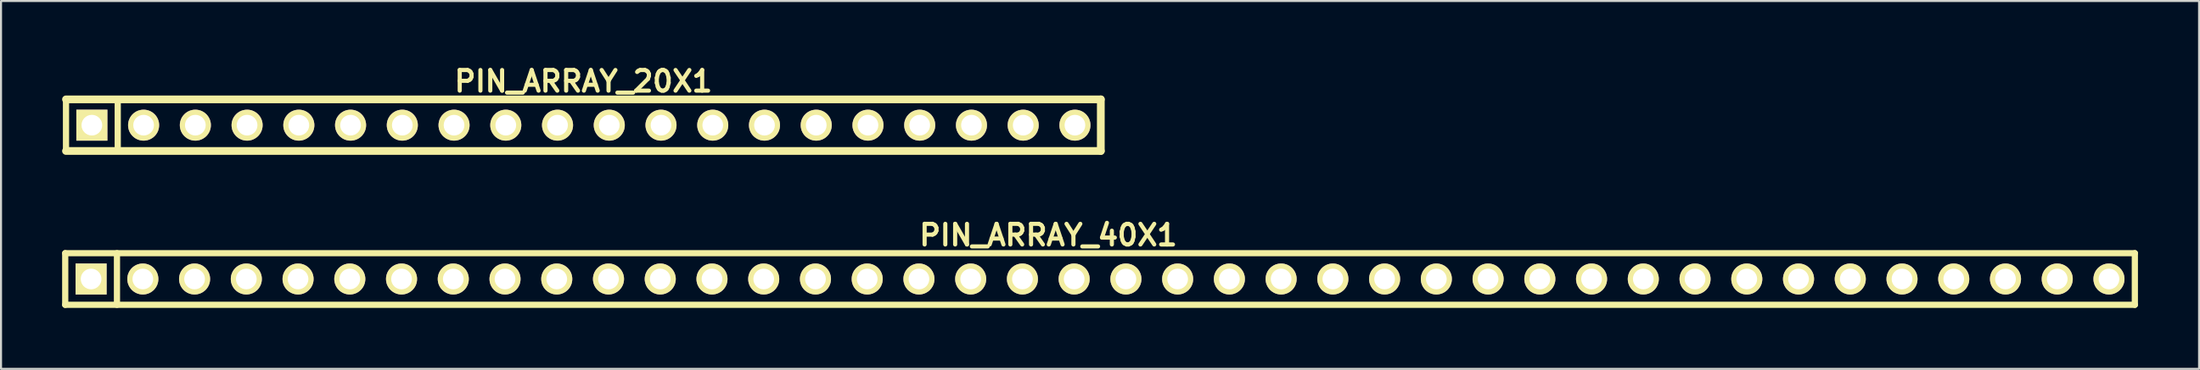
<source format=kicad_pcb>
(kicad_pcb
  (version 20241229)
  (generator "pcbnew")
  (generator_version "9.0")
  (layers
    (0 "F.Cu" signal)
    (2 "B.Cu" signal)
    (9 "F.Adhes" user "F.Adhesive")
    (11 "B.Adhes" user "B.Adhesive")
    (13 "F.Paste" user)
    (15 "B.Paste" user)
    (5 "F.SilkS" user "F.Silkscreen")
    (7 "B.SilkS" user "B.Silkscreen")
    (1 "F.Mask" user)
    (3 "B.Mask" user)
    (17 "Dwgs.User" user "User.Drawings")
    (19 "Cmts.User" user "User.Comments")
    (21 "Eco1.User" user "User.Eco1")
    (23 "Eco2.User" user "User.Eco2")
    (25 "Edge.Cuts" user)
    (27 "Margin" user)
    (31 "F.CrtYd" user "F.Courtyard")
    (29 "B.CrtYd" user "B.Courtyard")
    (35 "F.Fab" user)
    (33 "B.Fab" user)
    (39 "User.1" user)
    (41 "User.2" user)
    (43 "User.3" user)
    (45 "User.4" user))
  (footprint "PIN_ARRAY_20X1"
    (layer "F.Cu")
    (at 25.59 3.11)
    (property "Reference" "PIN_ARRAY_20X1" (at 0 -2.159 0) (layer "F.SilkS") (effects (font (size 1.016 1.016) (thickness 0.203))))
    (attr through_hole)
    (fp_line (start -25.4 -1.27) (end 25.4 -1.27) (stroke (width 0.381) (type solid)) (layer "F.SilkS"))
    (fp_line (start -25.4 1.27) (end -25.4 -1.27) (stroke (width 0.305) (type solid)) (layer "F.SilkS"))
    (fp_line (start -22.86 1.27) (end -22.86 -1.27) (stroke (width 0.305) (type solid)) (layer "F.SilkS"))
    (fp_line (start 25.4 -1.27) (end 25.4 1.27) (stroke (width 0.381) (type solid)) (layer "F.SilkS"))
    (fp_line (start 25.4 1.27) (end -25.4 1.27) (stroke (width 0.381) (type solid)) (layer "F.SilkS"))
    (pad "1" thru_hole rect (at -24.13 0) (size 1.524 1.524) (drill 1.016) (layers "*.Cu" "*.Mask" "F.SilkS"))
    (pad "2" thru_hole circle (at -21.59 0) (size 1.524 1.524) (drill 1.016) (layers "*.Cu" "*.Mask" "F.SilkS"))
    (pad "3" thru_hole circle (at -19.05 0) (size 1.524 1.524) (drill 1.016) (layers "*.Cu" "*.Mask" "F.SilkS"))
    (pad "4" thru_hole circle (at -16.51 0) (size 1.524 1.524) (drill 1.016) (layers "*.Cu" "*.Mask" "F.SilkS"))
    (pad "5" thru_hole circle (at -13.97 0) (size 1.524 1.524) (drill 1.016) (layers "*.Cu" "*.Mask" "F.SilkS"))
    (pad "6" thru_hole circle (at -11.43 0) (size 1.524 1.524) (drill 1.016) (layers "*.Cu" "*.Mask" "F.SilkS"))
    (pad "7" thru_hole circle (at -8.89 0) (size 1.524 1.524) (drill 1.016) (layers "*.Cu" "*.Mask" "F.SilkS"))
    (pad "8" thru_hole circle (at -6.35 0) (size 1.524 1.524) (drill 1.016) (layers "*.Cu" "*.Mask" "F.SilkS"))
    (pad "9" thru_hole circle (at -3.81 0) (size 1.524 1.524) (drill 1.016) (layers "*.Cu" "*.Mask" "F.SilkS"))
    (pad "10" thru_hole circle (at -1.27 0) (size 1.524 1.524) (drill 1.016) (layers "*.Cu" "*.Mask" "F.SilkS"))
    (pad "11" thru_hole circle (at 1.27 0) (size 1.524 1.524) (drill 1.016) (layers "*.Cu" "*.Mask" "F.SilkS"))
    (pad "12" thru_hole circle (at 3.81 0) (size 1.524 1.524) (drill 1.016) (layers "*.Cu" "*.Mask" "F.SilkS"))
    (pad "13" thru_hole circle (at 6.35 0) (size 1.524 1.524) (drill 1.016) (layers "*.Cu" "*.Mask" "F.SilkS"))
    (pad "14" thru_hole circle (at 8.89 0) (size 1.524 1.524) (drill 1.016) (layers "*.Cu" "*.Mask" "F.SilkS"))
    (pad "15" thru_hole circle (at 11.43 0) (size 1.524 1.524) (drill 1.016) (layers "*.Cu" "*.Mask" "F.SilkS"))
    (pad "16" thru_hole circle (at 13.97 0) (size 1.524 1.524) (drill 1.016) (layers "*.Cu" "*.Mask" "F.SilkS"))
    (pad "17" thru_hole circle (at 16.51 0) (size 1.524 1.524) (drill 1.016) (layers "*.Cu" "*.Mask" "F.SilkS"))
    (pad "18" thru_hole circle (at 19.05 0) (size 1.524 1.524) (drill 1.016) (layers "*.Cu" "*.Mask" "F.SilkS"))
    (pad "19" thru_hole circle (at 21.59 0) (size 1.524 1.524) (drill 1.016) (layers "*.Cu" "*.Mask" "F.SilkS"))
    (pad "20" thru_hole circle (at 24.13 0) (size 1.524 1.524) (drill 1.016) (layers "*.Cu" "*.Mask" "F.SilkS")))
  (footprint "PIN_ARRAY_40X1"
    (layer "F.Cu")
    (at 48.412 10.68)
    (property "Reference" "PIN_ARRAY_40X1" (at 0 -2.159 0) (layer "F.SilkS") (effects (font (size 1.016 1.016) (thickness 0.203))))
    (attr through_hole)
    (fp_line (start -48.26 -1.27) (end 53.34 -1.27) (stroke (width 0.305) (type solid)) (layer "F.SilkS"))
    (fp_line (start -48.26 1.27) (end -48.26 -1.27) (stroke (width 0.305) (type solid)) (layer "F.SilkS"))
    (fp_line (start -45.72 1.27) (end -45.72 -1.27) (stroke (width 0.305) (type solid)) (layer "F.SilkS"))
    (fp_line (start 53.34 1.27) (end -48.26 1.27) (stroke (width 0.305) (type solid)) (layer "F.SilkS"))
    (fp_line (start 53.34 1.27) (end 53.34 -1.27) (stroke (width 0.305) (type solid)) (layer "F.SilkS"))
    (pad "1" thru_hole rect (at -46.99 0) (size 1.524 1.524) (drill 1.016) (layers "*.Cu" "*.Mask" "F.SilkS"))
    (pad "2" thru_hole circle (at -44.45 0) (size 1.524 1.524) (drill 1.016) (layers "*.Cu" "*.Mask" "F.SilkS"))
    (pad "3" thru_hole circle (at -41.91 0) (size 1.524 1.524) (drill 1.016) (layers "*.Cu" "*.Mask" "F.SilkS"))
    (pad "4" thru_hole circle (at -39.37 0) (size 1.524 1.524) (drill 1.016) (layers "*.Cu" "*.Mask" "F.SilkS"))
    (pad "5" thru_hole circle (at -36.83 0) (size 1.524 1.524) (drill 1.016) (layers "*.Cu" "*.Mask" "F.SilkS"))
    (pad "6" thru_hole circle (at -34.29 0) (size 1.524 1.524) (drill 1.016) (layers "*.Cu" "*.Mask" "F.SilkS"))
    (pad "7" thru_hole circle (at -31.75 0) (size 1.524 1.524) (drill 1.016) (layers "*.Cu" "*.Mask" "F.SilkS"))
    (pad "8" thru_hole circle (at -29.21 0) (size 1.524 1.524) (drill 1.016) (layers "*.Cu" "*.Mask" "F.SilkS"))
    (pad "9" thru_hole circle (at -26.67 0) (size 1.524 1.524) (drill 1.016) (layers "*.Cu" "*.Mask" "F.SilkS"))
    (pad "10" thru_hole circle (at -24.13 0) (size 1.524 1.524) (drill 1.016) (layers "*.Cu" "*.Mask" "F.SilkS"))
    (pad "11" thru_hole circle (at -21.59 0) (size 1.524 1.524) (drill 1.016) (layers "*.Cu" "*.Mask" "F.SilkS"))
    (pad "12" thru_hole circle (at -19.05 0) (size 1.524 1.524) (drill 1.016) (layers "*.Cu" "*.Mask" "F.SilkS"))
    (pad "13" thru_hole circle (at -16.51 0) (size 1.524 1.524) (drill 1.016) (layers "*.Cu" "*.Mask" "F.SilkS"))
    (pad "14" thru_hole circle (at -13.97 0) (size 1.524 1.524) (drill 1.016) (layers "*.Cu" "*.Mask" "F.SilkS"))
    (pad "15" thru_hole circle (at -11.43 0) (size 1.524 1.524) (drill 1.016) (layers "*.Cu" "*.Mask" "F.SilkS"))
    (pad "16" thru_hole circle (at -8.89 0) (size 1.524 1.524) (drill 1.016) (layers "*.Cu" "*.Mask" "F.SilkS"))
    (pad "17" thru_hole circle (at -6.35 0) (size 1.524 1.524) (drill 1.016) (layers "*.Cu" "*.Mask" "F.SilkS"))
    (pad "18" thru_hole circle (at -3.81 0) (size 1.524 1.524) (drill 1.016) (layers "*.Cu" "*.Mask" "F.SilkS"))
    (pad "19" thru_hole circle (at -1.27 0) (size 1.524 1.524) (drill 1.016) (layers "*.Cu" "*.Mask" "F.SilkS"))
    (pad "20" thru_hole circle (at 1.27 0) (size 1.524 1.524) (drill 1.016) (layers "*.Cu" "*.Mask" "F.SilkS"))
    (pad "21" thru_hole circle (at 3.81 0) (size 1.524 1.524) (drill 1.016) (layers "*.Cu" "*.Mask" "F.SilkS"))
    (pad "22" thru_hole circle (at 6.35 0) (size 1.524 1.524) (drill 1.016) (layers "*.Cu" "*.Mask" "F.SilkS"))
    (pad "23" thru_hole circle (at 8.89 0) (size 1.524 1.524) (drill 1.016) (layers "*.Cu" "*.Mask" "F.SilkS"))
    (pad "24" thru_hole circle (at 11.43 0) (size 1.524 1.524) (drill 1.016) (layers "*.Cu" "*.Mask" "F.SilkS"))
    (pad "25" thru_hole circle (at 13.97 0) (size 1.524 1.524) (drill 1.016) (layers "*.Cu" "*.Mask" "F.SilkS"))
    (pad "26" thru_hole circle (at 16.51 0) (size 1.524 1.524) (drill 1.016) (layers "*.Cu" "*.Mask" "F.SilkS"))
    (pad "27" thru_hole circle (at 19.05 0) (size 1.524 1.524) (drill 1.016) (layers "*.Cu" "*.Mask" "F.SilkS"))
    (pad "28" thru_hole circle (at 21.59 0) (size 1.524 1.524) (drill 1.016) (layers "*.Cu" "*.Mask" "F.SilkS"))
    (pad "29" thru_hole circle (at 24.13 0) (size 1.524 1.524) (drill 1.016) (layers "*.Cu" "*.Mask" "F.SilkS"))
    (pad "30" thru_hole circle (at 26.67 0) (size 1.524 1.524) (drill 1.016) (layers "*.Cu" "*.Mask" "F.SilkS"))
    (pad "31" thru_hole circle (at 29.21 0) (size 1.524 1.524) (drill 1.016) (layers "*.Cu" "*.Mask" "F.SilkS"))
    (pad "32" thru_hole circle (at 31.75 0) (size 1.524 1.524) (drill 1.016) (layers "*.Cu" "*.Mask" "F.SilkS"))
    (pad "33" thru_hole circle (at 34.29 0) (size 1.524 1.524) (drill 1.016) (layers "*.Cu" "*.Mask" "F.SilkS"))
    (pad "34" thru_hole circle (at 36.83 0) (size 1.524 1.524) (drill 1.016) (layers "*.Cu" "*.Mask" "F.SilkS"))
    (pad "35" thru_hole circle (at 39.37 0) (size 1.524 1.524) (drill 1.016) (layers "*.Cu" "*.Mask" "F.SilkS"))
    (pad "36" thru_hole circle (at 41.91 0) (size 1.524 1.524) (drill 1.016) (layers "*.Cu" "*.Mask" "F.SilkS"))
    (pad "37" thru_hole circle (at 44.45 0) (size 1.524 1.524) (drill 1.016) (layers "*.Cu" "*.Mask" "F.SilkS"))
    (pad "38" thru_hole circle (at 46.99 0) (size 1.524 1.524) (drill 1.016) (layers "*.Cu" "*.Mask" "F.SilkS"))
    (pad "39" thru_hole circle (at 49.53 0) (size 1.524 1.524) (drill 1.016) (layers "*.Cu" "*.Mask" "F.SilkS"))
    (pad "40" thru_hole circle (at 52.07 0) (size 1.524 1.524) (drill 1.016) (layers "*.Cu" "*.Mask" "F.SilkS")))
  (gr_rect
    (start -3 -3)
    (end 104.905 15.103)
    (stroke (width 0.1) (type default))
    (fill no)
    (layer "Edge.Cuts")))
</source>
